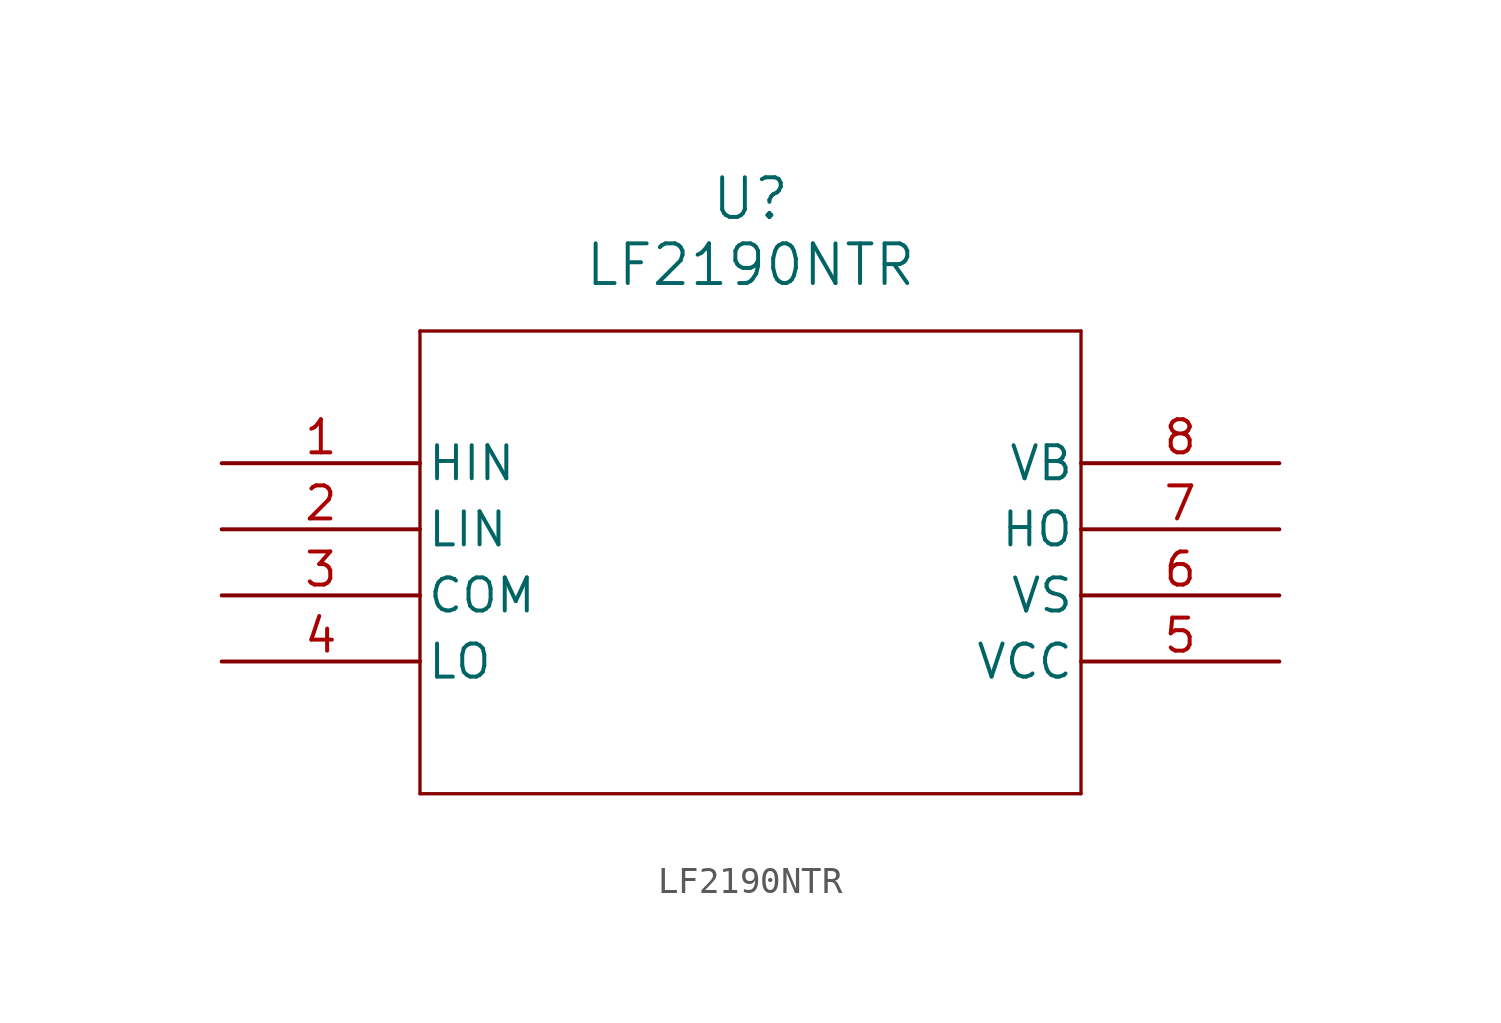
<source format=kicad_sym>
(kicad_symbol_lib
  (version 20211014)
  (generator kicad_symbol_editor)
  (symbol "LF2190NTR"
    (pin_names
      (offset 0.254))
    (property "Reference" "U"
      (at 20.32 10.16 0)
      (effects (font (size 1.524 1.524))))
    (property "Value" "LF2190NTR"
      (at 20.32 7.62 0)
      (effects (font (size 1.524 1.524))))
    (symbol "LF2190NTR_0_1"
      (polyline (pts (xy 7.62 5.08) (xy 7.62 -12.7)) (stroke (width 0.127) (type default) (color 0 0 0 0)) (fill (type none)))
      (polyline (pts (xy 7.62 -12.7) (xy 33.02 -12.7)) (stroke (width 0.127) (type default) (color 0 0 0 0)) (fill (type none)))
      (polyline (pts (xy 33.02 -12.7) (xy 33.02 5.08)) (stroke (width 0.127) (type default) (color 0 0 0 0)) (fill (type none)))
      (polyline (pts (xy 33.02 5.08) (xy 7.62 5.08)) (stroke (width 0.127) (type default) (color 0 0 0 0)) (fill (type none)))
      (pin input line (at 0 0 0) (length 7.62) (name "HIN" (effects (font (size 1.27 1.27)))) (number "1" (effects (font (size 1.27 1.27)))))
      (pin input line (at 0 -2.54 0) (length 7.62) (name "LIN" (effects (font (size 1.27 1.27)))) (number "2" (effects (font (size 1.27 1.27)))))
      (pin power_in line (at 0 -5.08 0) (length 7.62) (name "COM" (effects (font (size 1.27 1.27)))) (number "3" (effects (font (size 1.27 1.27)))))
      (pin output line (at 0 -7.62 0) (length 7.62) (name "LO" (effects (font (size 1.27 1.27)))) (number "4" (effects (font (size 1.27 1.27)))))
      (pin power_in line (at 40.64 -7.62 180) (length 7.62) (name "VCC" (effects (font (size 1.27 1.27)))) (number "5" (effects (font (size 1.27 1.27)))))
      (pin power_in line (at 40.64 -5.08 180) (length 7.62) (name "VS" (effects (font (size 1.27 1.27)))) (number "6" (effects (font (size 1.27 1.27)))))
      (pin output line (at 40.64 -2.54 180) (length 7.62) (name "HO" (effects (font (size 1.27 1.27)))) (number "7" (effects (font (size 1.27 1.27)))))
      (pin power_in line (at 40.64 0 180) (length 7.62) (name "VB" (effects (font (size 1.27 1.27)))) (number "8" (effects (font (size 1.27 1.27))))))))
</source>
